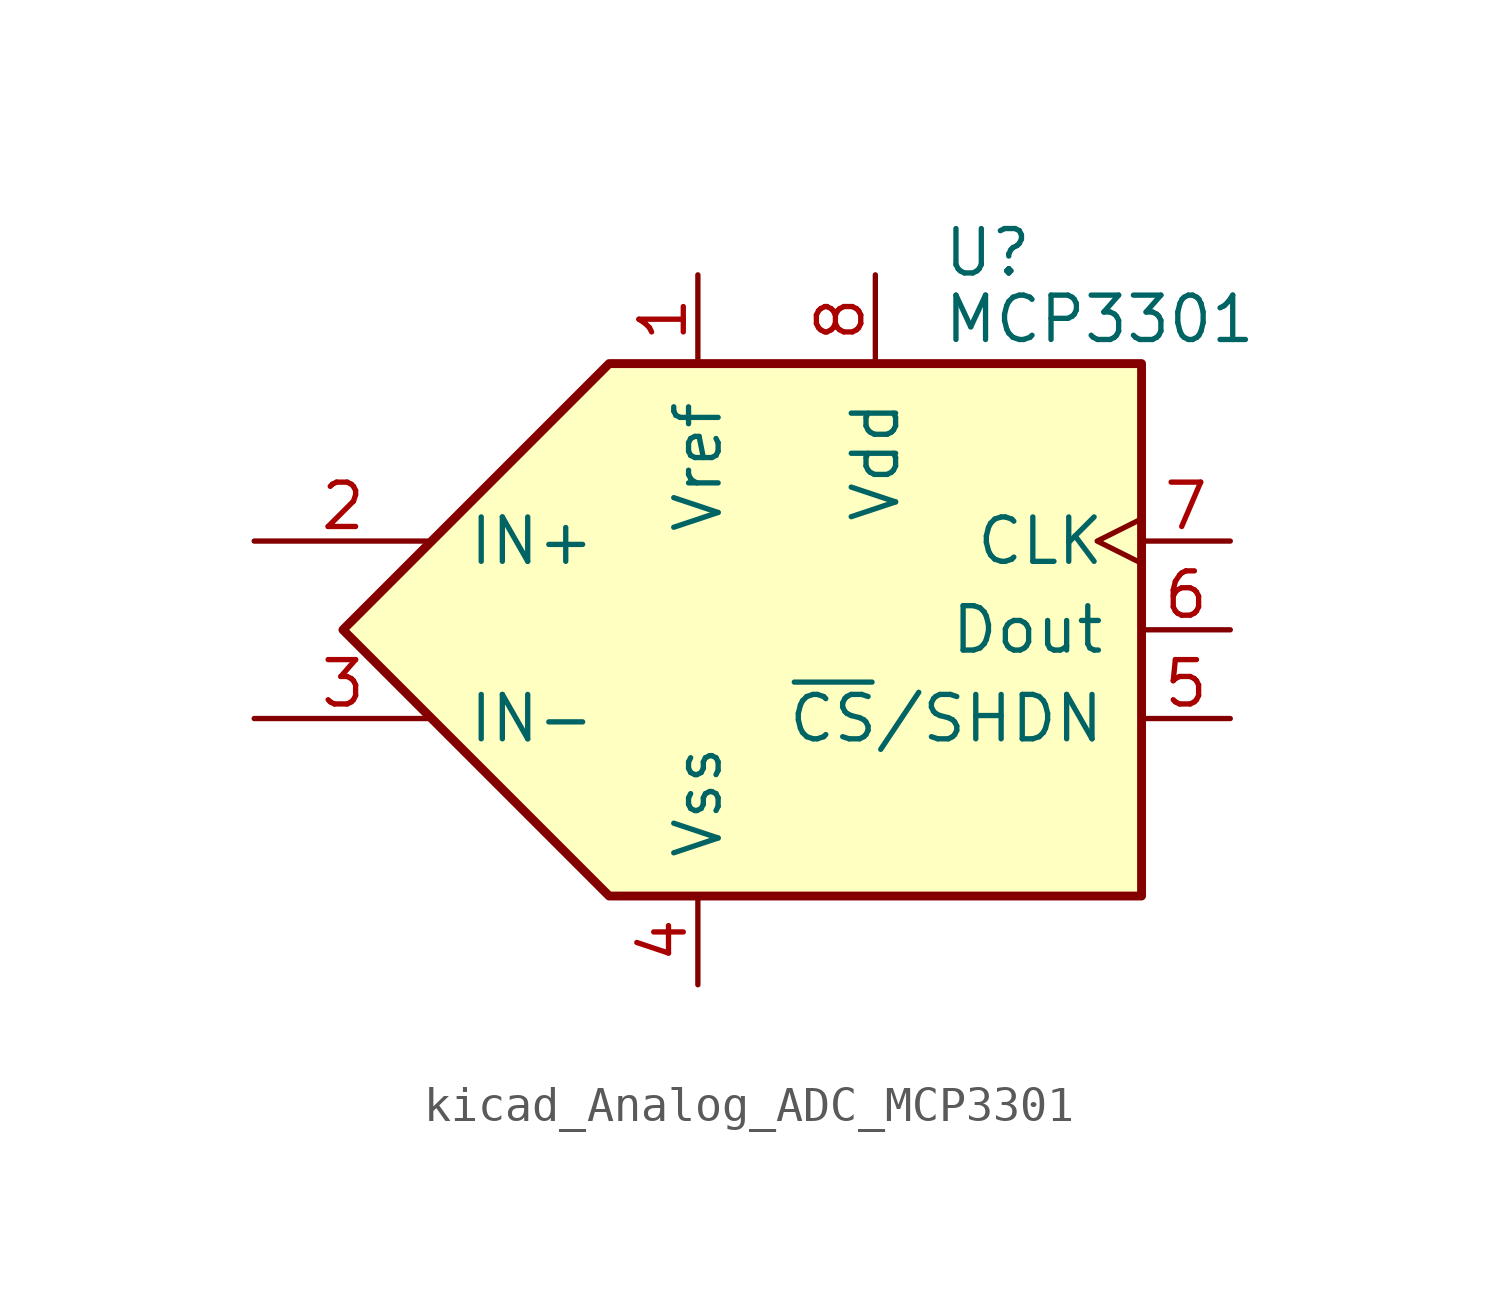
<source format=kicad_sym>
(kicad_symbol_lib
  (version 20220914)
  (generator kicad_symbol_editor)
  (symbol "kicad_Analog_ADC_MCP3301"
    (pin_names
      (offset 1.016))
    (property "Reference" "U"
      (at 4.445 10.795 0)
      (effects (font (size 1.27 1.27)) (justify left)))
    (property "Value" "MCP3301"
      (at 4.445 8.89 0)
      (effects (font (size 1.27 1.27)) (justify left)))
    (symbol "kicad_Analog_ADC_MCP3301_0_0"
      (polyline (pts (xy -12.7 0) (xy -5.08 7.62) (xy 10.16 7.62) (xy 10.16 -7.62) (xy -5.08 -7.62) (xy -12.7 0)) (stroke (width 0.254) (type default)) (fill (type background))))
    (symbol "kicad_Analog_ADC_MCP3301_1_1"
      (pin power_in line (at -2.54 10.16 270) (length 2.54) (name "Vref" (effects (font (size 1.27 1.27)))) (number "1" (effects (font (size 1.27 1.27)))))
      (pin input line (at -15.24 2.54 0) (length 5.08) (name "IN+" (effects (font (size 1.27 1.27)))) (number "2" (effects (font (size 1.27 1.27)))))
      (pin input line (at -15.24 -2.54 0) (length 5.08) (name "IN-" (effects (font (size 1.27 1.27)))) (number "3" (effects (font (size 1.27 1.27)))))
      (pin power_in line (at -2.54 -10.16 90) (length 2.54) (name "Vss" (effects (font (size 1.27 1.27)))) (number "4" (effects (font (size 1.27 1.27)))))
      (pin input line (at 12.7 -2.54 180) (length 2.54) (name "~{CS}/SHDN" (effects (font (size 1.27 1.27)))) (number "5" (effects (font (size 1.27 1.27)))))
      (pin output line (at 12.7 0 180) (length 2.54) (name "Dout" (effects (font (size 1.27 1.27)))) (number "6" (effects (font (size 1.27 1.27)))))
      (pin input clock (at 12.7 2.54 180) (length 2.54) (name "CLK" (effects (font (size 1.27 1.27)))) (number "7" (effects (font (size 1.27 1.27)))))
      (pin power_in line (at 2.54 10.16 270) (length 2.54) (name "Vdd" (effects (font (size 1.27 1.27)))) (number "8" (effects (font (size 1.27 1.27))))))))
</source>
